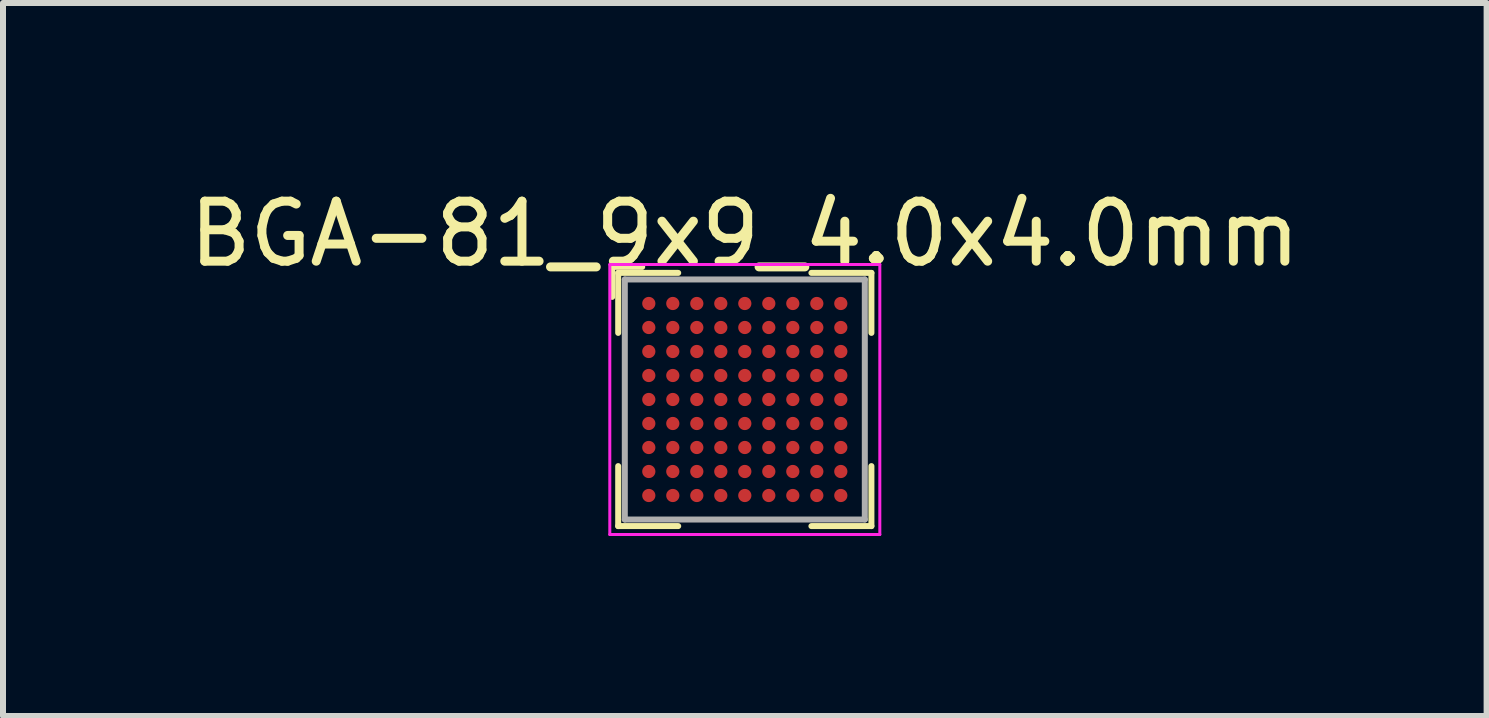
<source format=kicad_pcb>
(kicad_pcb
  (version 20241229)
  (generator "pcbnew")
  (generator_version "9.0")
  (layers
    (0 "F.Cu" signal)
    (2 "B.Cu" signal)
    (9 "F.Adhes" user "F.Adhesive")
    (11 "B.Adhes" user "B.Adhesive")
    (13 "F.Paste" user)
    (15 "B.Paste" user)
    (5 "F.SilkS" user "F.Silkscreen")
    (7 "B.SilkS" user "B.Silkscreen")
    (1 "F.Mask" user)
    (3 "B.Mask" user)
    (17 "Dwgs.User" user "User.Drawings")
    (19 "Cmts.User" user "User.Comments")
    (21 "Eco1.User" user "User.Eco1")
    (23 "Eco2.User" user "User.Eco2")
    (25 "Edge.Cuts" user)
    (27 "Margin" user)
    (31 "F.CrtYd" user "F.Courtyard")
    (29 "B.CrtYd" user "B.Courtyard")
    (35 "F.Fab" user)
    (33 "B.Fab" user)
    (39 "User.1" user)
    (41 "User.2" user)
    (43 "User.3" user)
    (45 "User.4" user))
  (footprint "BGA-81_9x9_4.0x4.0mm"
    (layer "F.Cu")
    (at 9.363 3.608)
    (property "Reference" "BGA-81_9x9_4.0x4.0mm" (at 0 -2.76 0) (layer "F.SilkS") (effects (font (size 1 1) (thickness 0.15))))
    (attr through_hole)
    (fp_line (start -2.21 -2.21) (end -1.71 -2.21) (stroke (width 0.1) (type default)) (layer "F.SilkS"))
    (fp_line (start -2.21 -1.71) (end -2.21 -2.21) (stroke (width 0.1) (type default)) (layer "F.SilkS"))
    (fp_line (start -2.11 -2.11) (end -1.11 -2.11) (stroke (width 0.1) (type default)) (layer "F.SilkS"))
    (fp_line (start -2.11 -1.11) (end -2.11 -2.11) (stroke (width 0.1) (type default)) (layer "F.SilkS"))
    (fp_line (start -2.11 2.11) (end -2.11 1.11) (stroke (width 0.1) (type default)) (layer "F.SilkS"))
    (fp_line (start -1.11 2.11) (end -2.11 2.11) (stroke (width 0.1) (type default)) (layer "F.SilkS"))
    (fp_line (start 1.11 -2.11) (end 2.11 -2.11) (stroke (width 0.1) (type default)) (layer "F.SilkS"))
    (fp_line (start 1.11 2.11) (end 2.11 2.11) (stroke (width 0.1) (type default)) (layer "F.SilkS"))
    (fp_line (start 2.11 -2.11) (end 2.11 -1.11) (stroke (width 0.1) (type default)) (layer "F.SilkS"))
    (fp_line (start 2.11 2.11) (end 2.11 1.11) (stroke (width 0.1) (type default)) (layer "F.SilkS"))
    (fp_line (start -2.25 -2.25) (end 2.25 -2.25) (stroke (width 0.05) (type default)) (layer "F.CrtYd"))
    (fp_line (start -2.25 2.25) (end -2.25 -2.25) (stroke (width 0.05) (type default)) (layer "F.CrtYd"))
    (fp_line (start 2.25 -2.25) (end 2.25 2.25) (stroke (width 0.05) (type default)) (layer "F.CrtYd"))
    (fp_line (start 2.25 2.25) (end -2.25 2.25) (stroke (width 0.05) (type default)) (layer "F.CrtYd"))
    (fp_line (start -2 -2) (end -2 2) (stroke (width 0.1) (type default)) (layer "F.Fab"))
    (fp_line (start -2 2) (end 2 2) (stroke (width 0.1) (type default)) (layer "F.Fab"))
    (fp_line (start 2 -2) (end -2 -2) (stroke (width 0.1) (type default)) (layer "F.Fab"))
    (fp_line (start 2 2) (end 2 -2) (stroke (width 0.1) (type default)) (layer "F.Fab"))
    (pad "A1" smd circle (at -1.6 -1.6) (size 0.22 0.22) (layers "F.Cu" "F.Mask" "F.Paste"))
    (pad "A2" smd circle (at -1.2 -1.6) (size 0.22 0.22) (layers "F.Cu" "F.Mask" "F.Paste"))
    (pad "A3" smd circle (at -0.8 -1.6) (size 0.22 0.22) (layers "F.Cu" "F.Mask" "F.Paste"))
    (pad "A4" smd circle (at -0.4 -1.6) (size 0.22 0.22) (layers "F.Cu" "F.Mask" "F.Paste"))
    (pad "A5" smd circle (at 0 -1.6) (size 0.22 0.22) (layers "F.Cu" "F.Mask" "F.Paste"))
    (pad "A6" smd circle (at 0.4 -1.6) (size 0.22 0.22) (layers "F.Cu" "F.Mask" "F.Paste"))
    (pad "A7" smd circle (at 0.8 -1.6) (size 0.22 0.22) (layers "F.Cu" "F.Mask" "F.Paste"))
    (pad "A8" smd circle (at 1.2 -1.6) (size 0.22 0.22) (layers "F.Cu" "F.Mask" "F.Paste"))
    (pad "A9" smd circle (at 1.6 -1.6) (size 0.22 0.22) (layers "F.Cu" "F.Mask" "F.Paste"))
    (pad "B1" smd circle (at -1.6 -1.2) (size 0.22 0.22) (layers "F.Cu" "F.Mask" "F.Paste"))
    (pad "B2" smd circle (at -1.2 -1.2) (size 0.22 0.22) (layers "F.Cu" "F.Mask" "F.Paste"))
    (pad "B3" smd circle (at -0.8 -1.2) (size 0.22 0.22) (layers "F.Cu" "F.Mask" "F.Paste"))
    (pad "B4" smd circle (at -0.4 -1.2) (size 0.22 0.22) (layers "F.Cu" "F.Mask" "F.Paste"))
    (pad "B5" smd circle (at 0 -1.2) (size 0.22 0.22) (layers "F.Cu" "F.Mask" "F.Paste"))
    (pad "B6" smd circle (at 0.4 -1.2) (size 0.22 0.22) (layers "F.Cu" "F.Mask" "F.Paste"))
    (pad "B7" smd circle (at 0.8 -1.2) (size 0.22 0.22) (layers "F.Cu" "F.Mask" "F.Paste"))
    (pad "B8" smd circle (at 1.2 -1.2) (size 0.22 0.22) (layers "F.Cu" "F.Mask" "F.Paste"))
    (pad "B9" smd circle (at 1.6 -1.2) (size 0.22 0.22) (layers "F.Cu" "F.Mask" "F.Paste"))
    (pad "C1" smd circle (at -1.6 -0.8) (size 0.22 0.22) (layers "F.Cu" "F.Mask" "F.Paste"))
    (pad "C2" smd circle (at -1.2 -0.8) (size 0.22 0.22) (layers "F.Cu" "F.Mask" "F.Paste"))
    (pad "C3" smd circle (at -0.8 -0.8) (size 0.22 0.22) (layers "F.Cu" "F.Mask" "F.Paste"))
    (pad "C4" smd circle (at -0.4 -0.8) (size 0.22 0.22) (layers "F.Cu" "F.Mask" "F.Paste"))
    (pad "C5" smd circle (at 0 -0.8) (size 0.22 0.22) (layers "F.Cu" "F.Mask" "F.Paste"))
    (pad "C6" smd circle (at 0.4 -0.8) (size 0.22 0.22) (layers "F.Cu" "F.Mask" "F.Paste"))
    (pad "C7" smd circle (at 0.8 -0.8) (size 0.22 0.22) (layers "F.Cu" "F.Mask" "F.Paste"))
    (pad "C8" smd circle (at 1.2 -0.8) (size 0.22 0.22) (layers "F.Cu" "F.Mask" "F.Paste"))
    (pad "C9" smd circle (at 1.6 -0.8) (size 0.22 0.22) (layers "F.Cu" "F.Mask" "F.Paste"))
    (pad "D1" smd circle (at -1.6 -0.4) (size 0.22 0.22) (layers "F.Cu" "F.Mask" "F.Paste"))
    (pad "D2" smd circle (at -1.2 -0.4) (size 0.22 0.22) (layers "F.Cu" "F.Mask" "F.Paste"))
    (pad "D3" smd circle (at -0.8 -0.4) (size 0.22 0.22) (layers "F.Cu" "F.Mask" "F.Paste"))
    (pad "D4" smd circle (at -0.4 -0.4) (size 0.22 0.22) (layers "F.Cu" "F.Mask" "F.Paste"))
    (pad "D5" smd circle (at 0 -0.4) (size 0.22 0.22) (layers "F.Cu" "F.Mask" "F.Paste"))
    (pad "D6" smd circle (at 0.4 -0.4) (size 0.22 0.22) (layers "F.Cu" "F.Mask" "F.Paste"))
    (pad "D7" smd circle (at 0.8 -0.4) (size 0.22 0.22) (layers "F.Cu" "F.Mask" "F.Paste"))
    (pad "D8" smd circle (at 1.2 -0.4) (size 0.22 0.22) (layers "F.Cu" "F.Mask" "F.Paste"))
    (pad "D9" smd circle (at 1.6 -0.4) (size 0.22 0.22) (layers "F.Cu" "F.Mask" "F.Paste"))
    (pad "E1" smd circle (at -1.6 0) (size 0.22 0.22) (layers "F.Cu" "F.Mask" "F.Paste"))
    (pad "E2" smd circle (at -1.2 0) (size 0.22 0.22) (layers "F.Cu" "F.Mask" "F.Paste"))
    (pad "E3" smd circle (at -0.8 0) (size 0.22 0.22) (layers "F.Cu" "F.Mask" "F.Paste"))
    (pad "E4" smd circle (at -0.4 0) (size 0.22 0.22) (layers "F.Cu" "F.Mask" "F.Paste"))
    (pad "E5" smd circle (at 0 0) (size 0.22 0.22) (layers "F.Cu" "F.Mask" "F.Paste"))
    (pad "E6" smd circle (at 0.4 0) (size 0.22 0.22) (layers "F.Cu" "F.Mask" "F.Paste"))
    (pad "E7" smd circle (at 0.8 0) (size 0.22 0.22) (layers "F.Cu" "F.Mask" "F.Paste"))
    (pad "E8" smd circle (at 1.2 0) (size 0.22 0.22) (layers "F.Cu" "F.Mask" "F.Paste"))
    (pad "E9" smd circle (at 1.6 0) (size 0.22 0.22) (layers "F.Cu" "F.Mask" "F.Paste"))
    (pad "F1" smd circle (at -1.6 0.4) (size 0.22 0.22) (layers "F.Cu" "F.Mask" "F.Paste"))
    (pad "F2" smd circle (at -1.2 0.4) (size 0.22 0.22) (layers "F.Cu" "F.Mask" "F.Paste"))
    (pad "F3" smd circle (at -0.8 0.4) (size 0.22 0.22) (layers "F.Cu" "F.Mask" "F.Paste"))
    (pad "F4" smd circle (at -0.4 0.4) (size 0.22 0.22) (layers "F.Cu" "F.Mask" "F.Paste"))
    (pad "F5" smd circle (at 0 0.4) (size 0.22 0.22) (layers "F.Cu" "F.Mask" "F.Paste"))
    (pad "F6" smd circle (at 0.4 0.4) (size 0.22 0.22) (layers "F.Cu" "F.Mask" "F.Paste"))
    (pad "F7" smd circle (at 0.8 0.4) (size 0.22 0.22) (layers "F.Cu" "F.Mask" "F.Paste"))
    (pad "F8" smd circle (at 1.2 0.4) (size 0.22 0.22) (layers "F.Cu" "F.Mask" "F.Paste"))
    (pad "F9" smd circle (at 1.6 0.4) (size 0.22 0.22) (layers "F.Cu" "F.Mask" "F.Paste"))
    (pad "G1" smd circle (at -1.6 0.8) (size 0.22 0.22) (layers "F.Cu" "F.Mask" "F.Paste"))
    (pad "G2" smd circle (at -1.2 0.8) (size 0.22 0.22) (layers "F.Cu" "F.Mask" "F.Paste"))
    (pad "G3" smd circle (at -0.8 0.8) (size 0.22 0.22) (layers "F.Cu" "F.Mask" "F.Paste"))
    (pad "G4" smd circle (at -0.4 0.8) (size 0.22 0.22) (layers "F.Cu" "F.Mask" "F.Paste"))
    (pad "G5" smd circle (at 0 0.8) (size 0.22 0.22) (layers "F.Cu" "F.Mask" "F.Paste"))
    (pad "G6" smd circle (at 0.4 0.8) (size 0.22 0.22) (layers "F.Cu" "F.Mask" "F.Paste"))
    (pad "G7" smd circle (at 0.8 0.8) (size 0.22 0.22) (layers "F.Cu" "F.Mask" "F.Paste"))
    (pad "G8" smd circle (at 1.2 0.8) (size 0.22 0.22) (layers "F.Cu" "F.Mask" "F.Paste"))
    (pad "G9" smd circle (at 1.6 0.8) (size 0.22 0.22) (layers "F.Cu" "F.Mask" "F.Paste"))
    (pad "H1" smd circle (at -1.6 1.2) (size 0.22 0.22) (layers "F.Cu" "F.Mask" "F.Paste"))
    (pad "H2" smd circle (at -1.2 1.2) (size 0.22 0.22) (layers "F.Cu" "F.Mask" "F.Paste"))
    (pad "H3" smd circle (at -0.8 1.2) (size 0.22 0.22) (layers "F.Cu" "F.Mask" "F.Paste"))
    (pad "H4" smd circle (at -0.4 1.2) (size 0.22 0.22) (layers "F.Cu" "F.Mask" "F.Paste"))
    (pad "H5" smd circle (at 0 1.2) (size 0.22 0.22) (layers "F.Cu" "F.Mask" "F.Paste"))
    (pad "H6" smd circle (at 0.4 1.2) (size 0.22 0.22) (layers "F.Cu" "F.Mask" "F.Paste"))
    (pad "H7" smd circle (at 0.8 1.2) (size 0.22 0.22) (layers "F.Cu" "F.Mask" "F.Paste"))
    (pad "H8" smd circle (at 1.2 1.2) (size 0.22 0.22) (layers "F.Cu" "F.Mask" "F.Paste"))
    (pad "H9" smd circle (at 1.6 1.2) (size 0.22 0.22) (layers "F.Cu" "F.Mask" "F.Paste"))
    (pad "J1" smd circle (at -1.6 1.6) (size 0.22 0.22) (layers "F.Cu" "F.Mask" "F.Paste"))
    (pad "J2" smd circle (at -1.2 1.6) (size 0.22 0.22) (layers "F.Cu" "F.Mask" "F.Paste"))
    (pad "J3" smd circle (at -0.8 1.6) (size 0.22 0.22) (layers "F.Cu" "F.Mask" "F.Paste"))
    (pad "J4" smd circle (at -0.4 1.6) (size 0.22 0.22) (layers "F.Cu" "F.Mask" "F.Paste"))
    (pad "J5" smd circle (at 0 1.6) (size 0.22 0.22) (layers "F.Cu" "F.Mask" "F.Paste"))
    (pad "J6" smd circle (at 0.4 1.6) (size 0.22 0.22) (layers "F.Cu" "F.Mask" "F.Paste"))
    (pad "J7" smd circle (at 0.8 1.6) (size 0.22 0.22) (layers "F.Cu" "F.Mask" "F.Paste"))
    (pad "J8" smd circle (at 1.2 1.6) (size 0.22 0.22) (layers "F.Cu" "F.Mask" "F.Paste"))
    (pad "J9" smd circle (at 1.6 1.6) (size 0.22 0.22) (layers "F.Cu" "F.Mask" "F.Paste")))
  (gr_rect
    (start -3 -3)
    (end 21.726 8.883)
    (stroke (width 0.1) (type default))
    (fill no)
    (layer "Edge.Cuts")))
</source>
